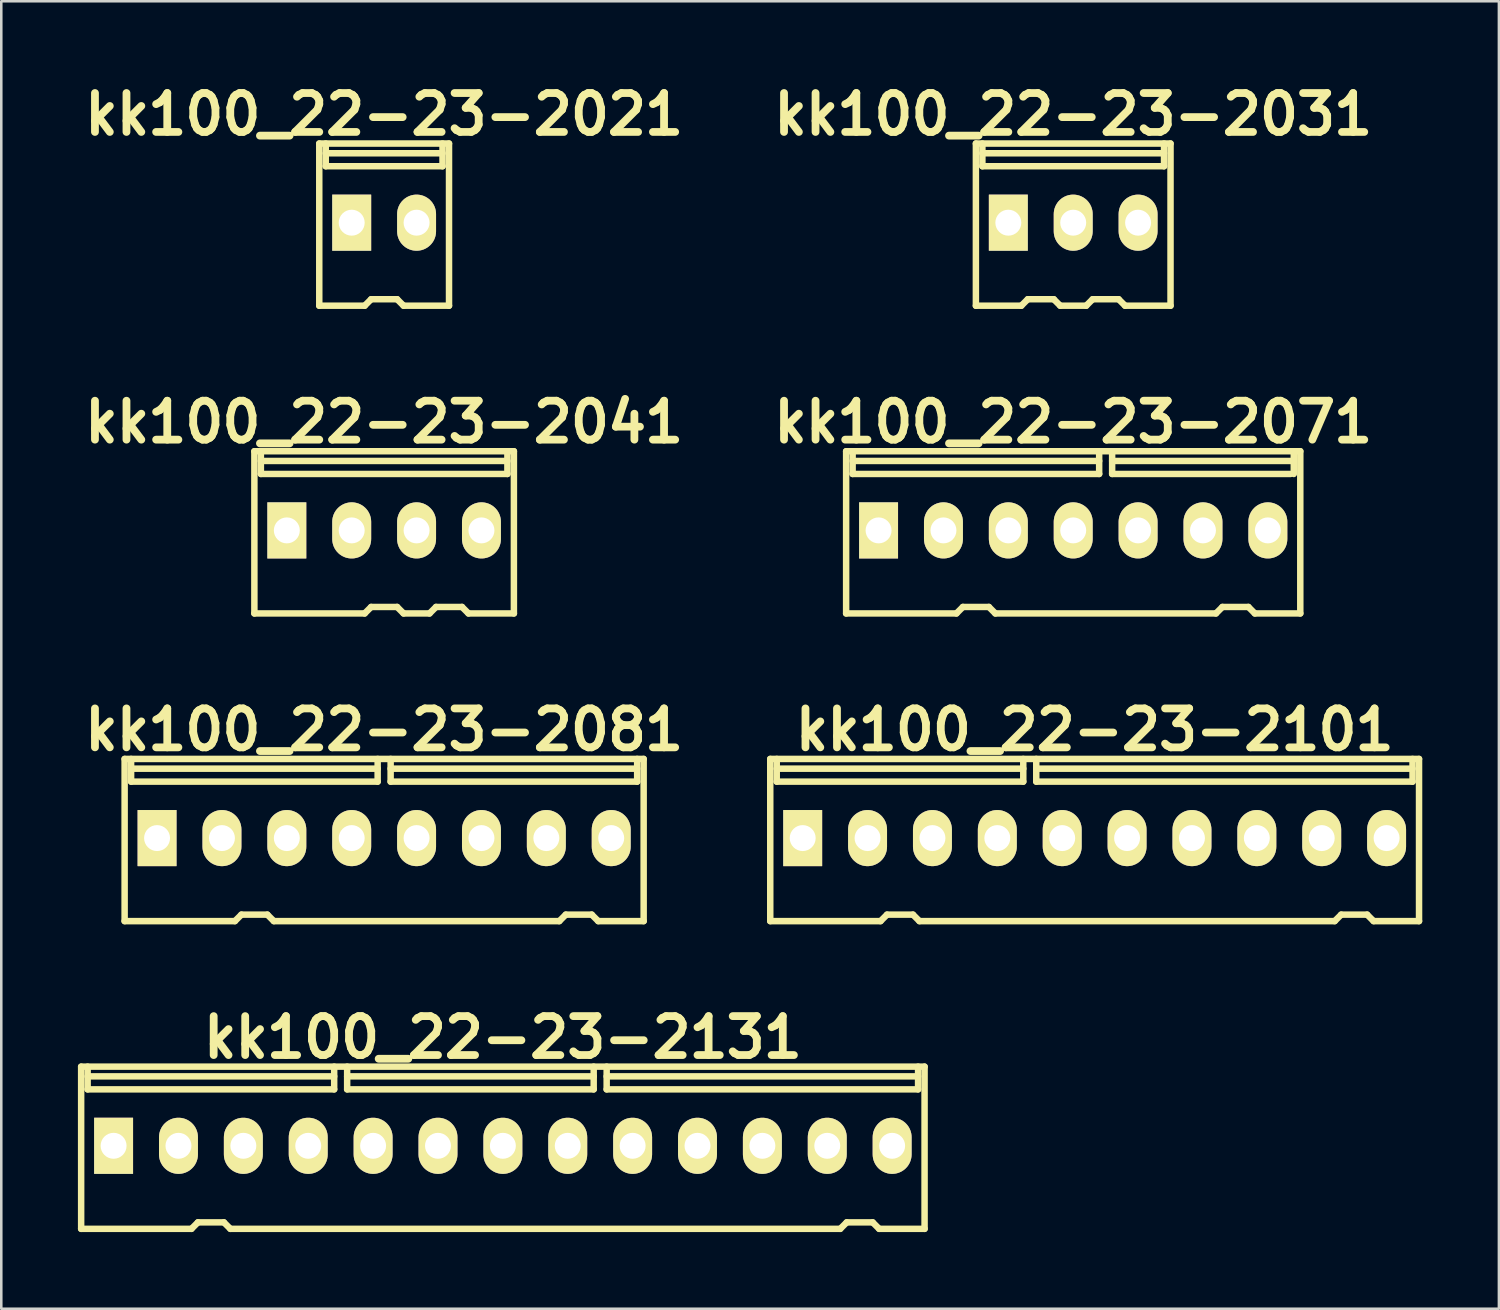
<source format=kicad_pcb>
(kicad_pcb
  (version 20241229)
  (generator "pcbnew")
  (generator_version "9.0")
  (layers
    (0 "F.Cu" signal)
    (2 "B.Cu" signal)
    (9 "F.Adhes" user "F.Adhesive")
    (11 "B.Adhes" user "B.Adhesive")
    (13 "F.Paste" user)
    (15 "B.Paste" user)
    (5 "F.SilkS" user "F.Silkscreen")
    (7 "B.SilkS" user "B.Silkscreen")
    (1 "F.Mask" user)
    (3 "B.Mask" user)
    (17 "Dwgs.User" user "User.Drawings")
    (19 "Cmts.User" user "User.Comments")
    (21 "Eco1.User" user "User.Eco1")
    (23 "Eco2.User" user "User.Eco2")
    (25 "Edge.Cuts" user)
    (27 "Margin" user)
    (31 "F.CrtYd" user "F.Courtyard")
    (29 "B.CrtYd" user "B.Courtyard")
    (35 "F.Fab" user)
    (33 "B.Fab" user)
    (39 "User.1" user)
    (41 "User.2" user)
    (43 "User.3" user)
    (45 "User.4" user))
  (footprint "kk100_22-23-2081"
    (layer "F.Cu")
    (at 11.989 29.837)
    (property "Reference" "kk100_22-23-2081" (at 0 -4.318 0) (layer "F.SilkS") (effects (font (size 1.524 1.524) (thickness 0.305))))
    (attr through_hole)
    (fp_line (start -10.16 3.175) (end -10.16 -3.175) (stroke (width 0.254) (type solid)) (layer "F.SilkS"))
    (fp_line (start -9.906 -2.286) (end -9.906 -3.175) (stroke (width 0.254) (type solid)) (layer "F.SilkS"))
    (fp_line (start -5.842 3.175) (end -10.16 3.175) (stroke (width 0.254) (type solid)) (layer "F.SilkS"))
    (fp_line (start -5.588 2.921) (end -5.842 3.175) (stroke (width 0.254) (type solid)) (layer "F.SilkS"))
    (fp_line (start -5.588 2.921) (end -4.572 2.921) (stroke (width 0.254) (type solid)) (layer "F.SilkS"))
    (fp_line (start -4.572 2.921) (end -4.318 3.175) (stroke (width 0.254) (type solid)) (layer "F.SilkS"))
    (fp_line (start -4.318 3.175) (end 6.858 3.175) (stroke (width 0.254) (type solid)) (layer "F.SilkS"))
    (fp_line (start -0.254 -2.794) (end -9.906 -2.794) (stroke (width 0.254) (type solid)) (layer "F.SilkS"))
    (fp_line (start -0.254 -2.286) (end -9.906 -2.286) (stroke (width 0.254) (type solid)) (layer "F.SilkS"))
    (fp_line (start -0.254 -2.286) (end -0.254 -3.175) (stroke (width 0.254) (type solid)) (layer "F.SilkS"))
    (fp_line (start 0.254 -2.794) (end 9.906 -2.794) (stroke (width 0.254) (type solid)) (layer "F.SilkS"))
    (fp_line (start 0.254 -2.286) (end 0.254 -3.175) (stroke (width 0.254) (type solid)) (layer "F.SilkS"))
    (fp_line (start 0.254 -2.286) (end 9.906 -2.286) (stroke (width 0.254) (type solid)) (layer "F.SilkS"))
    (fp_line (start 7.112 2.921) (end 6.858 3.175) (stroke (width 0.254) (type solid)) (layer "F.SilkS"))
    (fp_line (start 7.112 2.921) (end 8.128 2.921) (stroke (width 0.254) (type solid)) (layer "F.SilkS"))
    (fp_line (start 8.128 2.921) (end 8.382 3.175) (stroke (width 0.254) (type solid)) (layer "F.SilkS"))
    (fp_line (start 8.382 3.175) (end 10.16 3.175) (stroke (width 0.254) (type solid)) (layer "F.SilkS"))
    (fp_line (start 9.906 -2.286) (end 9.906 -3.175) (stroke (width 0.254) (type solid)) (layer "F.SilkS"))
    (fp_line (start 10.16 -3.175) (end -10.16 -3.175) (stroke (width 0.254) (type solid)) (layer "F.SilkS"))
    (fp_line (start 10.16 -3.175) (end 10.16 3.175) (stroke (width 0.254) (type solid)) (layer "F.SilkS"))
    (pad "1" thru_hole rect (at -8.89 -0.076) (size 1.524 2.197) (drill 1.016) (layers "*.Cu" "*.Mask" "F.SilkS"))
    (pad "2" thru_hole oval (at -6.35 -0.076) (size 1.524 2.197) (drill 1.016) (layers "*.Cu" "*.Mask" "F.SilkS"))
    (pad "3" thru_hole oval (at -3.81 -0.076) (size 1.524 2.197) (drill 1.016) (layers "*.Cu" "*.Mask" "F.SilkS"))
    (pad "4" thru_hole oval (at -1.27 -0.076) (size 1.524 2.197) (drill 1.016) (layers "*.Cu" "*.Mask" "F.SilkS"))
    (pad "5" thru_hole oval (at 1.27 -0.076) (size 1.524 2.197) (drill 1.016) (layers "*.Cu" "*.Mask" "F.SilkS"))
    (pad "6" thru_hole oval (at 3.81 -0.076) (size 1.524 2.197) (drill 1.016) (layers "*.Cu" "*.Mask" "F.SilkS"))
    (pad "7" thru_hole oval (at 6.35 -0.076) (size 1.524 2.197) (drill 1.016) (layers "*.Cu" "*.Mask" "F.SilkS"))
    (pad "8" thru_hole oval (at 8.89 -0.076) (size 1.524 2.197) (drill 1.016) (layers "*.Cu" "*.Mask" "F.SilkS")))
  (footprint "kk100_22-23-2041"
    (layer "F.Cu")
    (at 11.989 17.791)
    (property "Reference" "kk100_22-23-2041" (at 0 -4.318 0) (layer "F.SilkS") (effects (font (size 1.524 1.524) (thickness 0.305))))
    (attr through_hole)
    (fp_line (start -5.08 -3.175) (end 5.08 -3.175) (stroke (width 0.254) (type solid)) (layer "F.SilkS"))
    (fp_line (start -5.08 3.175) (end -5.08 -3.175) (stroke (width 0.254) (type solid)) (layer "F.SilkS"))
    (fp_line (start -4.826 -2.286) (end -4.826 -3.175) (stroke (width 0.254) (type solid)) (layer "F.SilkS"))
    (fp_line (start -4.826 -2.286) (end 4.826 -2.286) (stroke (width 0.254) (type solid)) (layer "F.SilkS"))
    (fp_line (start -0.762 3.175) (end -5.08 3.175) (stroke (width 0.254) (type solid)) (layer "F.SilkS"))
    (fp_line (start -0.508 2.921) (end -0.762 3.175) (stroke (width 0.254) (type solid)) (layer "F.SilkS"))
    (fp_line (start -0.508 2.921) (end 0.508 2.921) (stroke (width 0.254) (type solid)) (layer "F.SilkS"))
    (fp_line (start 0.508 2.921) (end 0.762 3.175) (stroke (width 0.254) (type solid)) (layer "F.SilkS"))
    (fp_line (start 0.762 3.175) (end 1.778 3.175) (stroke (width 0.254) (type solid)) (layer "F.SilkS"))
    (fp_line (start 2.032 2.921) (end 1.778 3.175) (stroke (width 0.254) (type solid)) (layer "F.SilkS"))
    (fp_line (start 2.032 2.921) (end 3.048 2.921) (stroke (width 0.254) (type solid)) (layer "F.SilkS"))
    (fp_line (start 3.048 2.921) (end 3.302 3.175) (stroke (width 0.254) (type solid)) (layer "F.SilkS"))
    (fp_line (start 3.302 3.175) (end 5.08 3.175) (stroke (width 0.254) (type solid)) (layer "F.SilkS"))
    (fp_line (start 4.826 -2.794) (end -4.826 -2.794) (stroke (width 0.254) (type solid)) (layer "F.SilkS"))
    (fp_line (start 4.826 -2.286) (end 4.826 -3.175) (stroke (width 0.254) (type solid)) (layer "F.SilkS"))
    (fp_line (start 5.08 -3.175) (end 5.08 3.175) (stroke (width 0.254) (type solid)) (layer "F.SilkS"))
    (pad "1" thru_hole rect (at -3.81 -0.076) (size 1.524 2.197) (drill 1.016) (layers "*.Cu" "*.Mask" "F.SilkS"))
    (pad "2" thru_hole oval (at -1.27 -0.076) (size 1.524 2.197) (drill 1.016) (layers "*.Cu" "*.Mask" "F.SilkS"))
    (pad "3" thru_hole oval (at 1.27 -0.076) (size 1.524 2.197) (drill 1.016) (layers "*.Cu" "*.Mask" "F.SilkS"))
    (pad "4" thru_hole oval (at 3.81 -0.076) (size 1.524 2.197) (drill 1.016) (layers "*.Cu" "*.Mask" "F.SilkS")))
  (footprint "kk100_22-23-2071"
    (layer "F.Cu")
    (at 38.966 17.791)
    (property "Reference" "kk100_22-23-2071" (at 0 -4.318 0) (layer "F.SilkS") (effects (font (size 1.524 1.524) (thickness 0.305))))
    (attr through_hole)
    (fp_line (start -8.89 3.175) (end -8.89 -3.175) (stroke (width 0.254) (type solid)) (layer "F.SilkS"))
    (fp_line (start -8.636 -2.286) (end -8.636 -3.175) (stroke (width 0.254) (type solid)) (layer "F.SilkS"))
    (fp_line (start -4.572 3.175) (end -8.89 3.175) (stroke (width 0.254) (type solid)) (layer "F.SilkS"))
    (fp_line (start -4.318 2.921) (end -4.572 3.175) (stroke (width 0.254) (type solid)) (layer "F.SilkS"))
    (fp_line (start -4.318 2.921) (end -3.302 2.921) (stroke (width 0.254) (type solid)) (layer "F.SilkS"))
    (fp_line (start -3.302 2.921) (end -3.048 3.175) (stroke (width 0.254) (type solid)) (layer "F.SilkS"))
    (fp_line (start -3.048 3.175) (end 5.588 3.175) (stroke (width 0.254) (type solid)) (layer "F.SilkS"))
    (fp_line (start 1.016 -2.794) (end -8.636 -2.794) (stroke (width 0.254) (type solid)) (layer "F.SilkS"))
    (fp_line (start 1.016 -2.286) (end -8.636 -2.286) (stroke (width 0.254) (type solid)) (layer "F.SilkS"))
    (fp_line (start 1.016 -2.286) (end 1.016 -3.175) (stroke (width 0.254) (type solid)) (layer "F.SilkS"))
    (fp_line (start 1.524 -2.794) (end 8.636 -2.794) (stroke (width 0.254) (type solid)) (layer "F.SilkS"))
    (fp_line (start 1.524 -2.286) (end 1.524 -3.175) (stroke (width 0.254) (type solid)) (layer "F.SilkS"))
    (fp_line (start 1.524 -2.286) (end 8.509 -2.286) (stroke (width 0.254) (type solid)) (layer "F.SilkS"))
    (fp_line (start 5.842 2.921) (end 5.588 3.175) (stroke (width 0.254) (type solid)) (layer "F.SilkS"))
    (fp_line (start 5.842 2.921) (end 6.858 2.921) (stroke (width 0.254) (type solid)) (layer "F.SilkS"))
    (fp_line (start 6.858 2.921) (end 7.112 3.175) (stroke (width 0.254) (type solid)) (layer "F.SilkS"))
    (fp_line (start 7.112 3.175) (end 8.89 3.175) (stroke (width 0.254) (type solid)) (layer "F.SilkS"))
    (fp_line (start 8.636 -2.286) (end 8.636 -3.175) (stroke (width 0.254) (type solid)) (layer "F.SilkS"))
    (fp_line (start 8.89 -3.175) (end -8.89 -3.175) (stroke (width 0.254) (type solid)) (layer "F.SilkS"))
    (fp_line (start 8.89 -3.175) (end 8.89 3.175) (stroke (width 0.254) (type solid)) (layer "F.SilkS"))
    (pad "1" thru_hole rect (at -7.62 -0.076) (size 1.524 2.197) (drill 1.016) (layers "*.Cu" "*.Mask" "F.SilkS"))
    (pad "2" thru_hole oval (at -5.08 -0.076) (size 1.524 2.197) (drill 1.016) (layers "*.Cu" "*.Mask" "F.SilkS"))
    (pad "3" thru_hole oval (at -2.54 -0.076) (size 1.524 2.197) (drill 1.016) (layers "*.Cu" "*.Mask" "F.SilkS"))
    (pad "4" thru_hole oval (at 0 -0.076) (size 1.524 2.197) (drill 1.016) (layers "*.Cu" "*.Mask" "F.SilkS"))
    (pad "5" thru_hole oval (at 2.54 -0.076) (size 1.524 2.197) (drill 1.016) (layers "*.Cu" "*.Mask" "F.SilkS"))
    (pad "6" thru_hole oval (at 5.08 -0.076) (size 1.524 2.197) (drill 1.016) (layers "*.Cu" "*.Mask" "F.SilkS"))
    (pad "7" thru_hole oval (at 7.62 -0.076) (size 1.524 2.197) (drill 1.016) (layers "*.Cu" "*.Mask" "F.SilkS")))
  (footprint "kk100_22-23-2021"
    (layer "F.Cu")
    (at 11.989 5.744)
    (property "Reference" "kk100_22-23-2021" (at 0 -4.318 0) (layer "F.SilkS") (effects (font (size 1.524 1.524) (thickness 0.305))))
    (attr through_hole)
    (fp_line (start -2.54 -3.175) (end 2.54 -3.175) (stroke (width 0.254) (type solid)) (layer "F.SilkS"))
    (fp_line (start -2.54 3.175) (end -2.54 -3.175) (stroke (width 0.254) (type solid)) (layer "F.SilkS"))
    (fp_line (start -2.286 -2.286) (end -2.286 -3.175) (stroke (width 0.254) (type solid)) (layer "F.SilkS"))
    (fp_line (start -2.286 -2.286) (end 2.286 -2.286) (stroke (width 0.254) (type solid)) (layer "F.SilkS"))
    (fp_line (start -0.762 3.175) (end -2.54 3.175) (stroke (width 0.254) (type solid)) (layer "F.SilkS"))
    (fp_line (start -0.508 2.921) (end -0.762 3.175) (stroke (width 0.254) (type solid)) (layer "F.SilkS"))
    (fp_line (start -0.508 2.921) (end 0.508 2.921) (stroke (width 0.254) (type solid)) (layer "F.SilkS"))
    (fp_line (start 0.508 2.921) (end 0.762 3.175) (stroke (width 0.254) (type solid)) (layer "F.SilkS"))
    (fp_line (start 0.762 3.175) (end 2.54 3.175) (stroke (width 0.254) (type solid)) (layer "F.SilkS"))
    (fp_line (start 2.286 -2.794) (end -2.286 -2.794) (stroke (width 0.254) (type solid)) (layer "F.SilkS"))
    (fp_line (start 2.286 -2.286) (end 2.286 -3.175) (stroke (width 0.254) (type solid)) (layer "F.SilkS"))
    (fp_line (start 2.54 -3.175) (end 2.54 3.175) (stroke (width 0.254) (type solid)) (layer "F.SilkS"))
    (pad "1" thru_hole rect (at -1.27 -0.076) (size 1.524 2.197) (drill 1.016) (layers "*.Cu" "*.Mask" "F.SilkS"))
    (pad "2" thru_hole oval (at 1.27 -0.076) (size 1.524 2.197) (drill 1.016) (layers "*.Cu" "*.Mask" "F.SilkS")))
  (footprint "kk100_22-23-2031"
    (layer "F.Cu")
    (at 38.966 5.744)
    (property "Reference" "kk100_22-23-2031" (at 0 -4.318 0) (layer "F.SilkS") (effects (font (size 1.524 1.524) (thickness 0.305))))
    (attr through_hole)
    (fp_line (start -3.81 -3.175) (end 3.81 -3.175) (stroke (width 0.254) (type solid)) (layer "F.SilkS"))
    (fp_line (start -3.81 3.175) (end -3.81 -3.175) (stroke (width 0.254) (type solid)) (layer "F.SilkS"))
    (fp_line (start -3.556 -2.286) (end -3.556 -3.175) (stroke (width 0.254) (type solid)) (layer "F.SilkS"))
    (fp_line (start -3.556 -2.286) (end 3.556 -2.286) (stroke (width 0.254) (type solid)) (layer "F.SilkS"))
    (fp_line (start -2.032 3.175) (end -3.81 3.175) (stroke (width 0.254) (type solid)) (layer "F.SilkS"))
    (fp_line (start -1.778 2.921) (end -2.032 3.175) (stroke (width 0.254) (type solid)) (layer "F.SilkS"))
    (fp_line (start -1.778 2.921) (end -0.762 2.921) (stroke (width 0.254) (type solid)) (layer "F.SilkS"))
    (fp_line (start -0.762 2.921) (end -0.508 3.175) (stroke (width 0.254) (type solid)) (layer "F.SilkS"))
    (fp_line (start -0.508 3.175) (end 0.508 3.175) (stroke (width 0.254) (type solid)) (layer "F.SilkS"))
    (fp_line (start 0.762 2.921) (end 0.508 3.175) (stroke (width 0.254) (type solid)) (layer "F.SilkS"))
    (fp_line (start 0.762 2.921) (end 1.778 2.921) (stroke (width 0.254) (type solid)) (layer "F.SilkS"))
    (fp_line (start 1.778 2.921) (end 2.032 3.175) (stroke (width 0.254) (type solid)) (layer "F.SilkS"))
    (fp_line (start 2.032 3.175) (end 3.81 3.175) (stroke (width 0.254) (type solid)) (layer "F.SilkS"))
    (fp_line (start 3.556 -2.794) (end -3.556 -2.794) (stroke (width 0.254) (type solid)) (layer "F.SilkS"))
    (fp_line (start 3.556 -2.286) (end 3.556 -3.175) (stroke (width 0.254) (type solid)) (layer "F.SilkS"))
    (fp_line (start 3.81 -3.175) (end 3.81 3.175) (stroke (width 0.254) (type solid)) (layer "F.SilkS"))
    (pad "1" thru_hole rect (at -2.54 -0.076) (size 1.524 2.197) (drill 1.016) (layers "*.Cu" "*.Mask" "F.SilkS"))
    (pad "2" thru_hole oval (at 0 -0.076) (size 1.524 2.197) (drill 1.016) (layers "*.Cu" "*.Mask" "F.SilkS"))
    (pad "3" thru_hole oval (at 2.54 -0.076) (size 1.524 2.197) (drill 1.016) (layers "*.Cu" "*.Mask" "F.SilkS")))
  (footprint "kk100_22-23-2131"
    (layer "F.Cu")
    (at 16.637 41.884)
    (property "Reference" "kk100_22-23-2131" (at 0 -4.318 0) (layer "F.SilkS") (effects (font (size 1.524 1.524) (thickness 0.305))))
    (attr through_hole)
    (fp_line (start -16.51 3.175) (end -16.51 -3.175) (stroke (width 0.254) (type solid)) (layer "F.SilkS"))
    (fp_line (start -16.256 -2.286) (end -16.256 -3.175) (stroke (width 0.254) (type solid)) (layer "F.SilkS"))
    (fp_line (start -12.192 3.175) (end -16.51 3.175) (stroke (width 0.254) (type solid)) (layer "F.SilkS"))
    (fp_line (start -11.938 2.921) (end -12.192 3.175) (stroke (width 0.254) (type solid)) (layer "F.SilkS"))
    (fp_line (start -11.938 2.921) (end -10.922 2.921) (stroke (width 0.254) (type solid)) (layer "F.SilkS"))
    (fp_line (start -10.922 2.921) (end -10.668 3.175) (stroke (width 0.254) (type solid)) (layer "F.SilkS"))
    (fp_line (start -10.668 3.175) (end 13.208 3.175) (stroke (width 0.254) (type solid)) (layer "F.SilkS"))
    (fp_line (start -6.604 -2.794) (end -16.256 -2.794) (stroke (width 0.254) (type solid)) (layer "F.SilkS"))
    (fp_line (start -6.604 -2.286) (end -16.256 -2.286) (stroke (width 0.254) (type solid)) (layer "F.SilkS"))
    (fp_line (start -6.604 -2.286) (end -6.604 -3.175) (stroke (width 0.254) (type solid)) (layer "F.SilkS"))
    (fp_line (start -6.096 -2.794) (end 3.556 -2.794) (stroke (width 0.254) (type solid)) (layer "F.SilkS"))
    (fp_line (start -6.096 -2.286) (end -6.096 -3.175) (stroke (width 0.254) (type solid)) (layer "F.SilkS"))
    (fp_line (start -6.096 -2.286) (end 3.556 -2.286) (stroke (width 0.254) (type solid)) (layer "F.SilkS"))
    (fp_line (start 3.556 -2.286) (end 3.556 -3.175) (stroke (width 0.254) (type solid)) (layer "F.SilkS"))
    (fp_line (start 4.064 -2.794) (end 16.256 -2.794) (stroke (width 0.254) (type solid)) (layer "F.SilkS"))
    (fp_line (start 4.064 -2.286) (end 4.064 -3.175) (stroke (width 0.254) (type solid)) (layer "F.SilkS"))
    (fp_line (start 4.064 -2.286) (end 16.256 -2.286) (stroke (width 0.254) (type solid)) (layer "F.SilkS"))
    (fp_line (start 13.462 2.921) (end 13.208 3.175) (stroke (width 0.254) (type solid)) (layer "F.SilkS"))
    (fp_line (start 13.462 2.921) (end 14.478 2.921) (stroke (width 0.254) (type solid)) (layer "F.SilkS"))
    (fp_line (start 14.478 2.921) (end 14.732 3.175) (stroke (width 0.254) (type solid)) (layer "F.SilkS"))
    (fp_line (start 14.732 3.175) (end 16.51 3.175) (stroke (width 0.254) (type solid)) (layer "F.SilkS"))
    (fp_line (start 16.256 -2.286) (end 16.256 -3.175) (stroke (width 0.254) (type solid)) (layer "F.SilkS"))
    (fp_line (start 16.51 -3.175) (end -16.51 -3.175) (stroke (width 0.254) (type solid)) (layer "F.SilkS"))
    (fp_line (start 16.51 -3.175) (end 16.51 3.175) (stroke (width 0.254) (type solid)) (layer "F.SilkS"))
    (pad "1" thru_hole rect (at -15.24 -0.076) (size 1.524 2.197) (drill 1.016) (layers "*.Cu" "*.Mask" "F.SilkS"))
    (pad "2" thru_hole oval (at -12.7 -0.076) (size 1.524 2.197) (drill 1.016) (layers "*.Cu" "*.Mask" "F.SilkS"))
    (pad "3" thru_hole oval (at -10.16 -0.076) (size 1.524 2.197) (drill 1.016) (layers "*.Cu" "*.Mask" "F.SilkS"))
    (pad "4" thru_hole oval (at -7.62 -0.076) (size 1.524 2.197) (drill 1.016) (layers "*.Cu" "*.Mask" "F.SilkS"))
    (pad "5" thru_hole oval (at -5.08 -0.076) (size 1.524 2.197) (drill 1.016) (layers "*.Cu" "*.Mask" "F.SilkS"))
    (pad "6" thru_hole oval (at -2.54 -0.076) (size 1.524 2.197) (drill 1.016) (layers "*.Cu" "*.Mask" "F.SilkS"))
    (pad "7" thru_hole oval (at 0 -0.076) (size 1.524 2.197) (drill 1.016) (layers "*.Cu" "*.Mask" "F.SilkS"))
    (pad "8" thru_hole oval (at 2.54 -0.076) (size 1.524 2.197) (drill 1.016) (layers "*.Cu" "*.Mask" "F.SilkS"))
    (pad "9" thru_hole oval (at 5.08 -0.076) (size 1.524 2.197) (drill 1.016) (layers "*.Cu" "*.Mask" "F.SilkS"))
    (pad "10" thru_hole oval (at 7.62 -0.076) (size 1.524 2.197) (drill 1.016) (layers "*.Cu" "*.Mask" "F.SilkS"))
    (pad "11" thru_hole oval (at 10.16 -0.076) (size 1.524 2.197) (drill 1.016) (layers "*.Cu" "*.Mask" "F.SilkS"))
    (pad "12" thru_hole oval (at 12.7 -0.076) (size 1.524 2.197) (drill 1.016) (layers "*.Cu" "*.Mask" "F.SilkS"))
    (pad "13" thru_hole oval (at 15.24 -0.076) (size 1.524 2.197) (drill 1.016) (layers "*.Cu" "*.Mask" "F.SilkS")))
  (footprint "kk100_22-23-2101"
    (layer "F.Cu")
    (at 39.805 29.837)
    (property "Reference" "kk100_22-23-2101" (at 0 -4.318 0) (layer "F.SilkS") (effects (font (size 1.524 1.524) (thickness 0.305))))
    (attr through_hole)
    (fp_line (start -12.7 -3.175) (end 12.7 -3.175) (stroke (width 0.254) (type solid)) (layer "F.SilkS"))
    (fp_line (start -12.7 3.175) (end -12.7 -3.175) (stroke (width 0.254) (type solid)) (layer "F.SilkS"))
    (fp_line (start -12.446 -2.286) (end -12.446 -3.175) (stroke (width 0.254) (type solid)) (layer "F.SilkS"))
    (fp_line (start -8.382 3.175) (end -12.7 3.175) (stroke (width 0.254) (type solid)) (layer "F.SilkS"))
    (fp_line (start -8.128 2.921) (end -8.382 3.175) (stroke (width 0.254) (type solid)) (layer "F.SilkS"))
    (fp_line (start -8.128 2.921) (end -7.112 2.921) (stroke (width 0.254) (type solid)) (layer "F.SilkS"))
    (fp_line (start -7.112 2.921) (end -6.858 3.175) (stroke (width 0.254) (type solid)) (layer "F.SilkS"))
    (fp_line (start -6.858 3.175) (end 9.398 3.175) (stroke (width 0.254) (type solid)) (layer "F.SilkS"))
    (fp_line (start -2.794 -2.794) (end -12.446 -2.794) (stroke (width 0.254) (type solid)) (layer "F.SilkS"))
    (fp_line (start -2.794 -2.286) (end -12.446 -2.286) (stroke (width 0.254) (type solid)) (layer "F.SilkS"))
    (fp_line (start -2.794 -2.286) (end -2.794 -3.175) (stroke (width 0.254) (type solid)) (layer "F.SilkS"))
    (fp_line (start -2.286 -2.794) (end 12.446 -2.794) (stroke (width 0.254) (type solid)) (layer "F.SilkS"))
    (fp_line (start -2.286 -2.286) (end -2.286 -3.175) (stroke (width 0.254) (type solid)) (layer "F.SilkS"))
    (fp_line (start -2.286 -2.286) (end 12.446 -2.286) (stroke (width 0.254) (type solid)) (layer "F.SilkS"))
    (fp_line (start 9.652 2.921) (end 9.398 3.175) (stroke (width 0.254) (type solid)) (layer "F.SilkS"))
    (fp_line (start 9.652 2.921) (end 10.668 2.921) (stroke (width 0.254) (type solid)) (layer "F.SilkS"))
    (fp_line (start 10.668 2.921) (end 10.922 3.175) (stroke (width 0.254) (type solid)) (layer "F.SilkS"))
    (fp_line (start 10.922 3.175) (end 12.7 3.175) (stroke (width 0.254) (type solid)) (layer "F.SilkS"))
    (fp_line (start 12.446 -2.286) (end 12.446 -3.175) (stroke (width 0.254) (type solid)) (layer "F.SilkS"))
    (fp_line (start 12.7 -3.175) (end 12.7 3.175) (stroke (width 0.254) (type solid)) (layer "F.SilkS"))
    (pad "1" thru_hole rect (at -11.43 -0.076) (size 1.524 2.197) (drill 1.016) (layers "*.Cu" "*.Mask" "F.SilkS"))
    (pad "2" thru_hole oval (at -8.89 -0.076) (size 1.524 2.197) (drill 1.016) (layers "*.Cu" "*.Mask" "F.SilkS"))
    (pad "3" thru_hole oval (at -6.35 -0.076) (size 1.524 2.197) (drill 1.016) (layers "*.Cu" "*.Mask" "F.SilkS"))
    (pad "4" thru_hole oval (at -3.81 -0.076) (size 1.524 2.197) (drill 1.016) (layers "*.Cu" "*.Mask" "F.SilkS"))
    (pad "5" thru_hole oval (at -1.27 -0.076) (size 1.524 2.197) (drill 1.016) (layers "*.Cu" "*.Mask" "F.SilkS"))
    (pad "6" thru_hole oval (at 1.27 -0.076) (size 1.524 2.197) (drill 1.016) (layers "*.Cu" "*.Mask" "F.SilkS"))
    (pad "7" thru_hole oval (at 3.81 -0.076) (size 1.524 2.197) (drill 1.016) (layers "*.Cu" "*.Mask" "F.SilkS"))
    (pad "8" thru_hole oval (at 6.35 -0.076) (size 1.524 2.197) (drill 1.016) (layers "*.Cu" "*.Mask" "F.SilkS"))
    (pad "9" thru_hole oval (at 8.89 -0.076) (size 1.524 2.197) (drill 1.016) (layers "*.Cu" "*.Mask" "F.SilkS"))
    (pad "10" thru_hole oval (at 11.43 -0.076) (size 1.524 2.197) (drill 1.016) (layers "*.Cu" "*.Mask" "F.SilkS")))
  (gr_rect
    (start -3 -3)
    (end 55.632 48.186)
    (stroke (width 0.1) (type default))
    (fill no)
    (layer "Edge.Cuts")))
</source>
